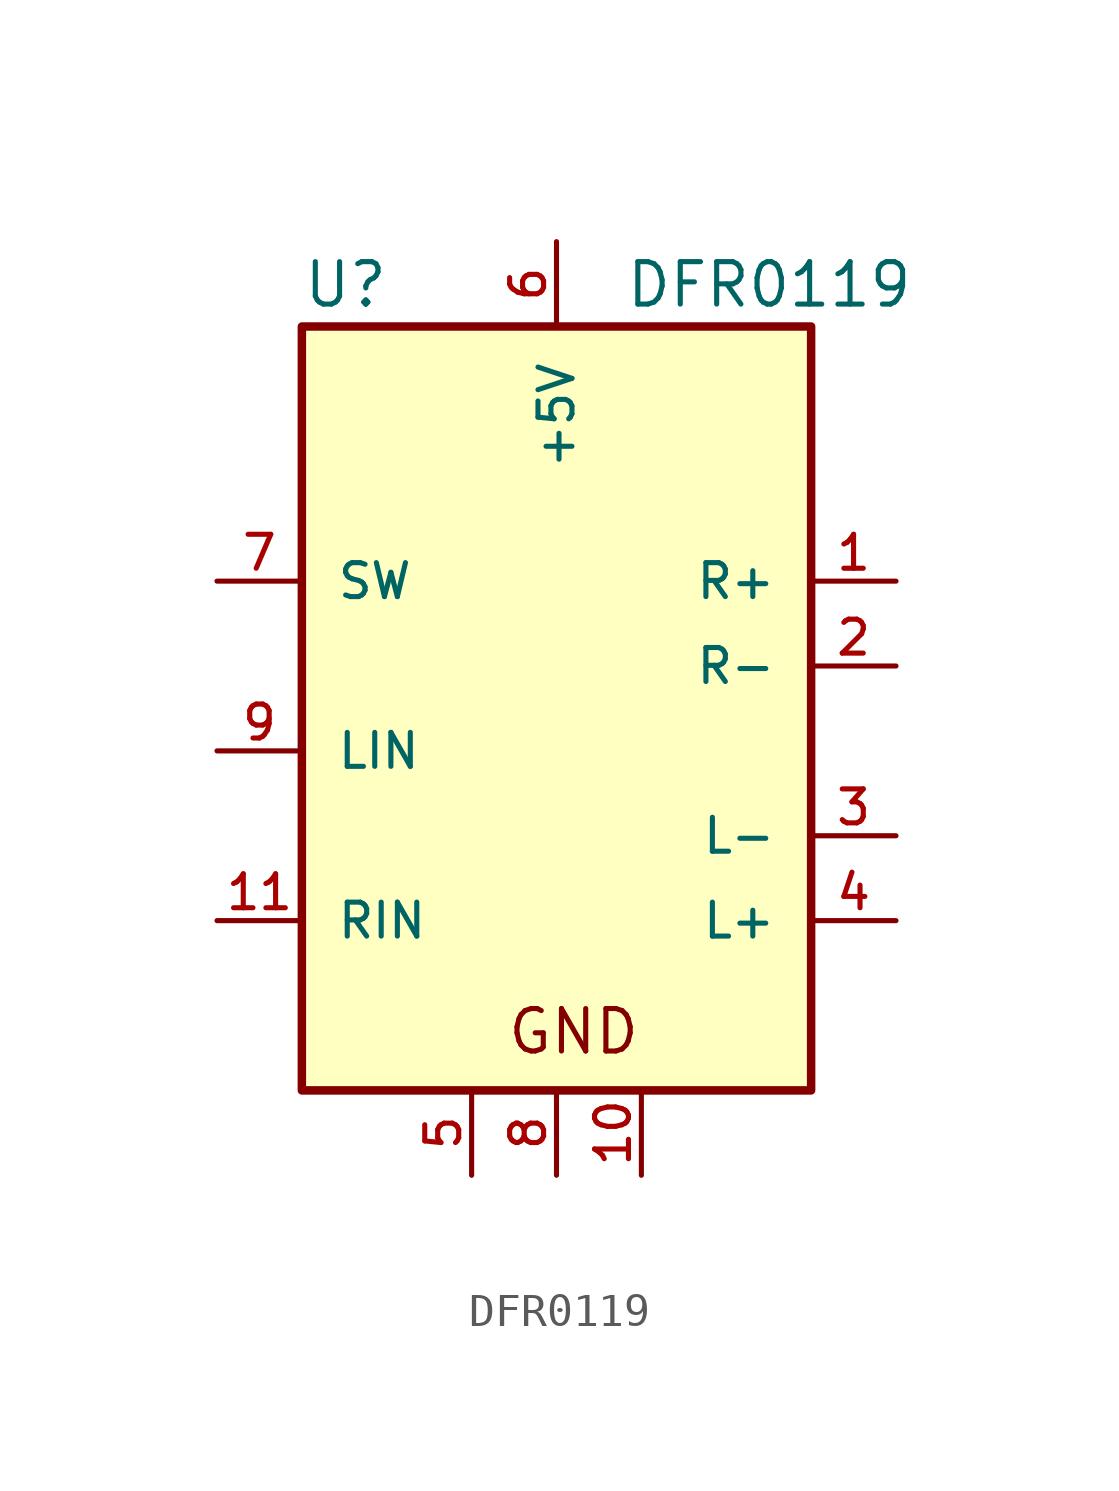
<source format=kicad_sym>
(kicad_symbol_lib
  (version 20211014)
  (generator kicad_symbol_editor)
  (symbol "DFR0119"
    (pin_names
      (offset 1.016))
    (property "Reference" "U"
      (at -7.62 10.668 0)
      (effects (font (size 1.27 1.27)) (justify bottom left)))
    (property "Value" "DFR0119"
      (at 2.032 10.668 0)
      (effects (font (size 1.27 1.27)) (justify bottom left)))
    (symbol "DFR0119_0_0"
      (text "GND" (at -1.524 -11.684 0) (effects (font (size 1.27 1.27)) (justify bottom left)))
      (rectangle (start -7.62 -12.7) (end 7.62 10.16) (stroke (width 0.254)) (fill (type background)))
      (pin output line (at 10.16 2.54 180.0) (length 2.54) (name "R+" (effects (font (size 1.016 1.016)))) (number "1" (effects (font (size 1.016 1.016)))))
      (pin output line (at 10.16 0.0 180.0) (length 2.54) (name "R-" (effects (font (size 1.016 1.016)))) (number "2" (effects (font (size 1.016 1.016)))))
      (pin output line (at 10.16 -5.08 180.0) (length 2.54) (name "L-" (effects (font (size 1.016 1.016)))) (number "3" (effects (font (size 1.016 1.016)))))
      (pin output line (at 10.16 -7.62 180.0) (length 2.54) (name "L+" (effects (font (size 1.016 1.016)))) (number "4" (effects (font (size 1.016 1.016)))))
      (pin power_in line (at -2.54 -15.24 90.0) (length 2.54) (name "~" (effects (font (size 1.016 1.016)))) (number "5" (effects (font (size 1.016 1.016)))))
      (pin power_in line (at 0.0 12.7 270.0) (length 2.54) (name "+5V" (effects (font (size 1.016 1.016)))) (number "6" (effects (font (size 1.016 1.016)))))
      (pin bidirectional line (at -10.16 2.54 0) (length 2.54) (name "SW" (effects (font (size 1.016 1.016)))) (number "7" (effects (font (size 1.016 1.016)))))
      (pin power_in line (at 0.0 -15.24 90.0) (length 2.54) (name "~" (effects (font (size 1.016 1.016)))) (number "8" (effects (font (size 1.016 1.016)))))
      (pin input line (at -10.16 -2.54 0) (length 2.54) (name "LIN" (effects (font (size 1.016 1.016)))) (number "9" (effects (font (size 1.016 1.016)))))
      (pin power_in line (at 2.54 -15.24 90.0) (length 2.54) (name "~" (effects (font (size 1.016 1.016)))) (number "10" (effects (font (size 1.016 1.016)))))
      (pin input line (at -10.16 -7.62 0) (length 2.54) (name "RIN" (effects (font (size 1.016 1.016)))) (number "11" (effects (font (size 1.016 1.016))))))))
</source>
